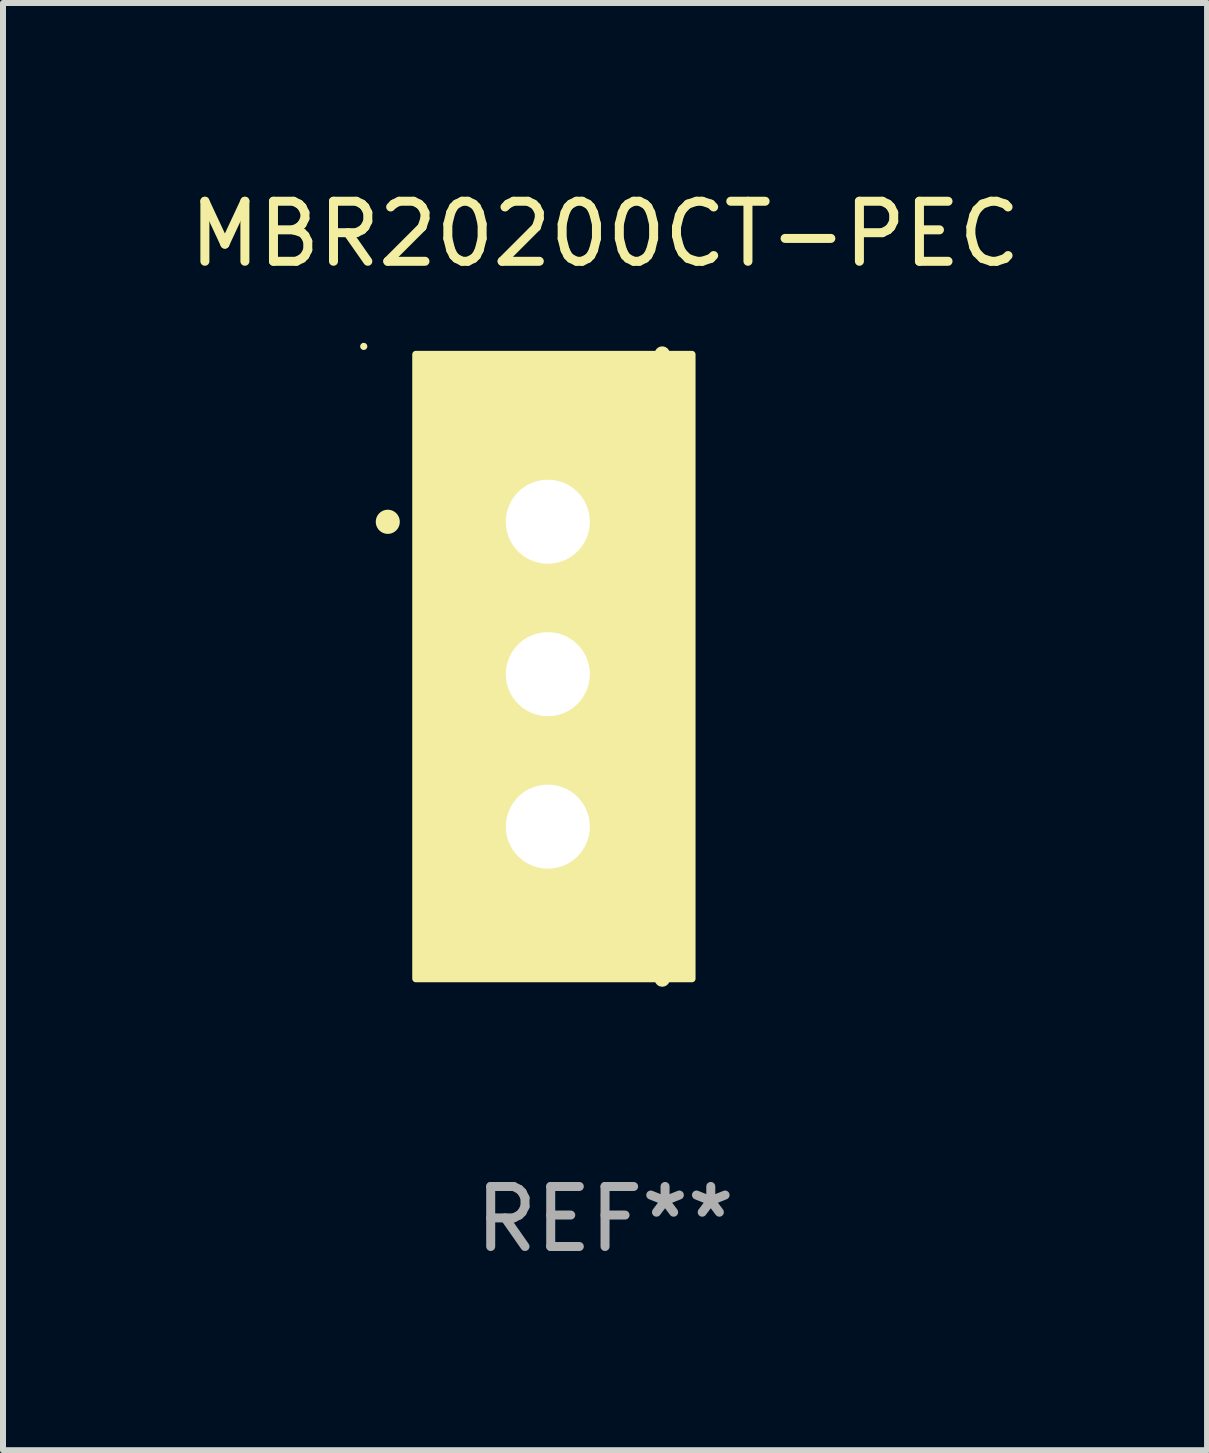
<source format=kicad_pcb>
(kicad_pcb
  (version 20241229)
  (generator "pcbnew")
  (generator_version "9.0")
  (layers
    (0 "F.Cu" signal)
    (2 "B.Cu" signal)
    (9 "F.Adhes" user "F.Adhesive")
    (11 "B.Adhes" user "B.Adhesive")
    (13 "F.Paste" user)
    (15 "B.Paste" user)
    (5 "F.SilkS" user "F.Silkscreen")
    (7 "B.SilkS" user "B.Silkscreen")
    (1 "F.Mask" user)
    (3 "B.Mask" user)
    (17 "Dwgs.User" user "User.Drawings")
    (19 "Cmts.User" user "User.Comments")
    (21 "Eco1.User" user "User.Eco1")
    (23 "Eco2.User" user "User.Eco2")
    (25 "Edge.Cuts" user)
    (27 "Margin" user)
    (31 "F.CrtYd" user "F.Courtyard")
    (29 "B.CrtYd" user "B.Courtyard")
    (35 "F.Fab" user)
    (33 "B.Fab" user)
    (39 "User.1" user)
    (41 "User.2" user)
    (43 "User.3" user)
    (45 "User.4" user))
  (footprint "MBR20200CT-PEC"
    (layer "F.Cu")
    (at 7.03 8.055)
    (property "Reference" "MBR20200CT-PEC" (at 0 -7.207 0) (layer "F.SilkS") (effects (font (size 1 1) (thickness 0.15))))
    (attr through_hole)
    (fp_line (start 0.953 5.207) (end 0.953 -5.207) (stroke (width 0.254) (type solid)) (layer "F.SilkS"))
    (fp_arc (start -3.619507 -2.410465) (mid -3.619511 -2.411735) (end -3.619507 -2.413005) (stroke (width 0.4) (type solid)) (layer "F.SilkS"))
    (fp_circle (center -4.02 -5.334) (end -3.99 -5.334) (stroke (width 0.06) (type solid)) (fill no) (layer "F.SilkS"))
    (fp_poly (pts (xy -3.152 -5.2) (xy 1.448 -5.2) (xy 1.448 5.2) (xy -3.152 5.2)) (stroke (width 0.12) (type solid)) (fill yes) (layer "F.SilkS"))
    (fp_text user "REF**" (at 0 9.207 0) (layer "F.Fab") (effects (font (size 1 1) (thickness 0.15))))
    (pad "1" thru_hole rect (at -0.953 -2.413 270) (size 2 2.5) (drill 1.4) (layers "*.Cu" "*.Mask"))
    (pad "2" thru_hole oval (at -0.953 0.127 270) (size 2 2.5) (drill 1.4) (layers "*.Cu" "*.Mask"))
    (pad "3" thru_hole oval (at -0.953 2.667 270) (size 2 2.5) (drill 1.4) (layers "*.Cu" "*.Mask")))
  (gr_rect
    (start -3 -3)
    (end 17.06 21.111)
    (stroke (width 0.1) (type default))
    (fill no)
    (layer "Edge.Cuts")))
</source>
